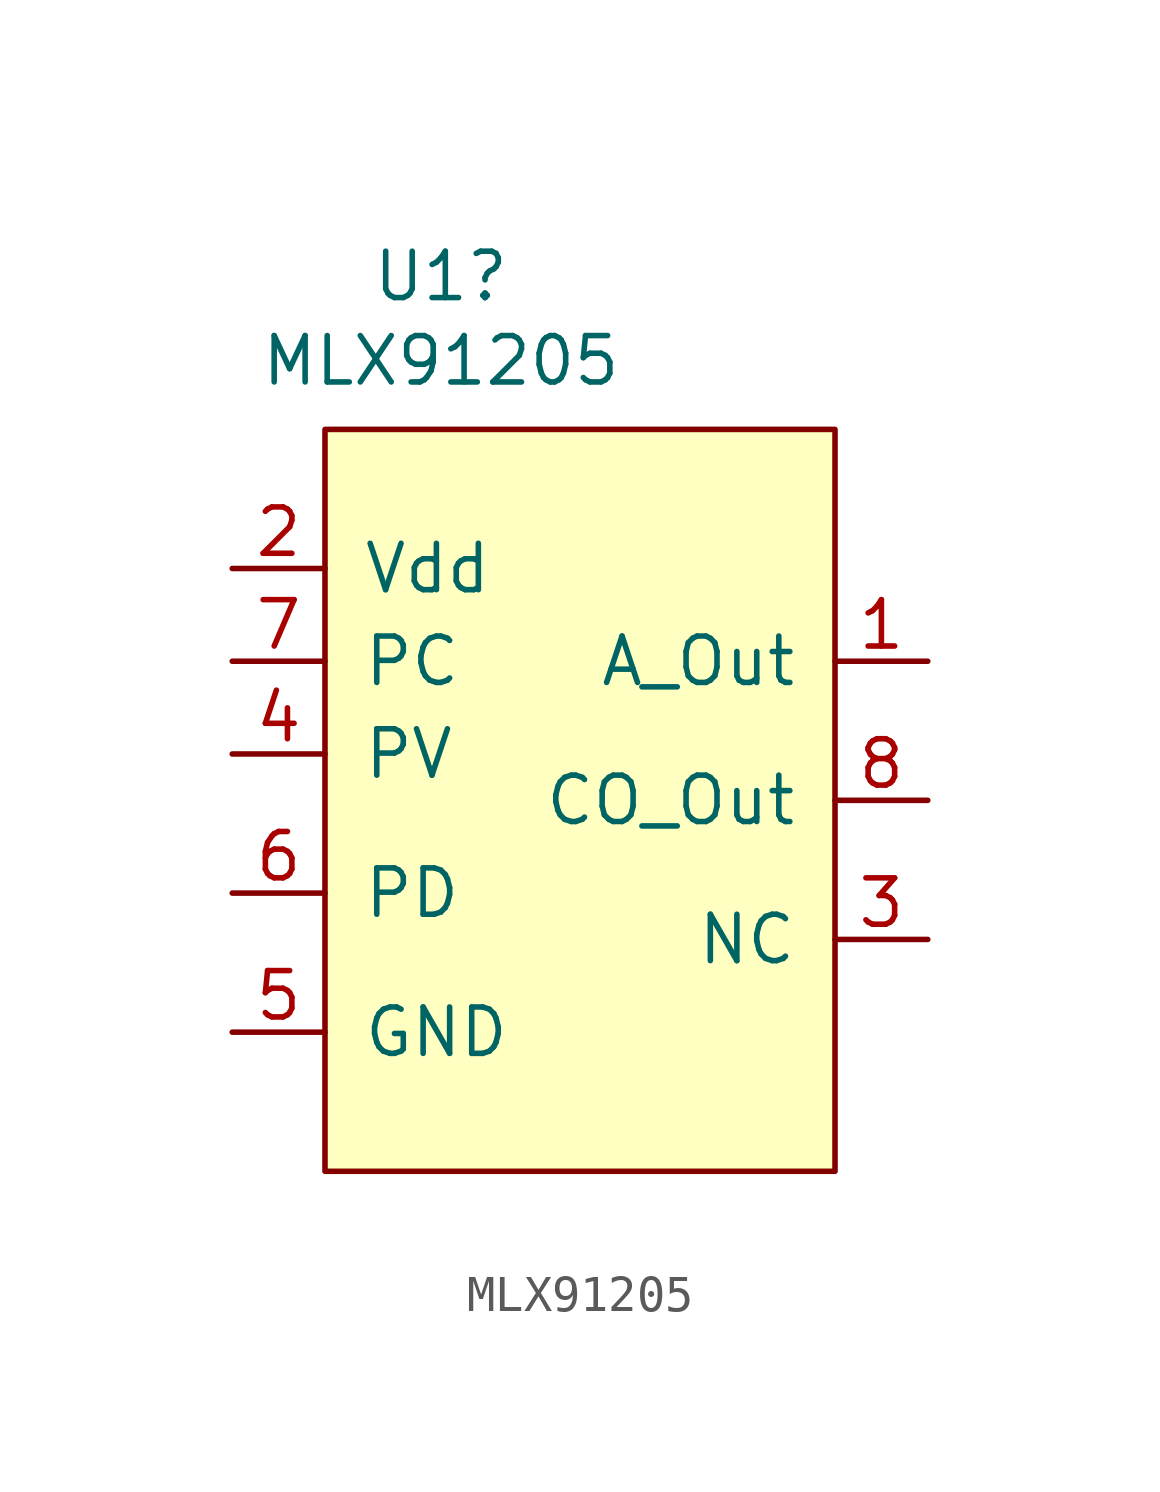
<source format=kicad_sym>
(kicad_symbol_lib
  (version 20211014)
  (generator kicad_symbol_editor)
  (symbol "MLX91205"
    (pin_names
      (offset 1.016))
    (property "Reference" "U1"
      (at -1.905 16.891 0)
      (effects (font (size 1.27 1.27))))
    (property "Value" "MLX91205"
      (at -1.905 14.58 0)
      (effects (font (size 1.27 1.27))))
    (symbol "MLX91205_0_1"
      (rectangle (start -5.08 12.7) (end 8.89 -7.62) (stroke (width 0) (type default) (color 0 0 0 0)) (fill (type background))))
    (symbol "MLX91205_1_1"
      (pin output line (at 11.43 6.35 180) (length 2.54) (name "A_Out" (effects (font (size 1.27 1.27)))) (number "1" (effects (font (size 1.27 1.27)))))
      (pin unspecified line (at -7.62 8.89 0) (length 2.54) (name "Vdd" (effects (font (size 1.27 1.27)))) (number "2" (effects (font (size 1.27 1.27)))))
      (pin unspecified line (at 11.43 -1.27 180) (length 2.54) (name "NC" (effects (font (size 1.27 1.27)))) (number "3" (effects (font (size 1.27 1.27)))))
      (pin unspecified line (at -7.62 3.81 0) (length 2.54) (name "PV" (effects (font (size 1.27 1.27)))) (number "4" (effects (font (size 1.27 1.27)))))
      (pin unspecified line (at -7.62 -3.81 0) (length 2.54) (name "GND" (effects (font (size 1.27 1.27)))) (number "5" (effects (font (size 1.27 1.27)))))
      (pin unspecified line (at -7.62 0 0) (length 2.54) (name "PD" (effects (font (size 1.27 1.27)))) (number "6" (effects (font (size 1.27 1.27)))))
      (pin unspecified line (at -7.62 6.35 0) (length 2.54) (name "PC" (effects (font (size 1.27 1.27)))) (number "7" (effects (font (size 1.27 1.27)))))
      (pin unspecified line (at 11.43 2.54 180) (length 2.54) (name "CO_Out" (effects (font (size 1.27 1.27)))) (number "8" (effects (font (size 1.27 1.27))))))))
</source>
